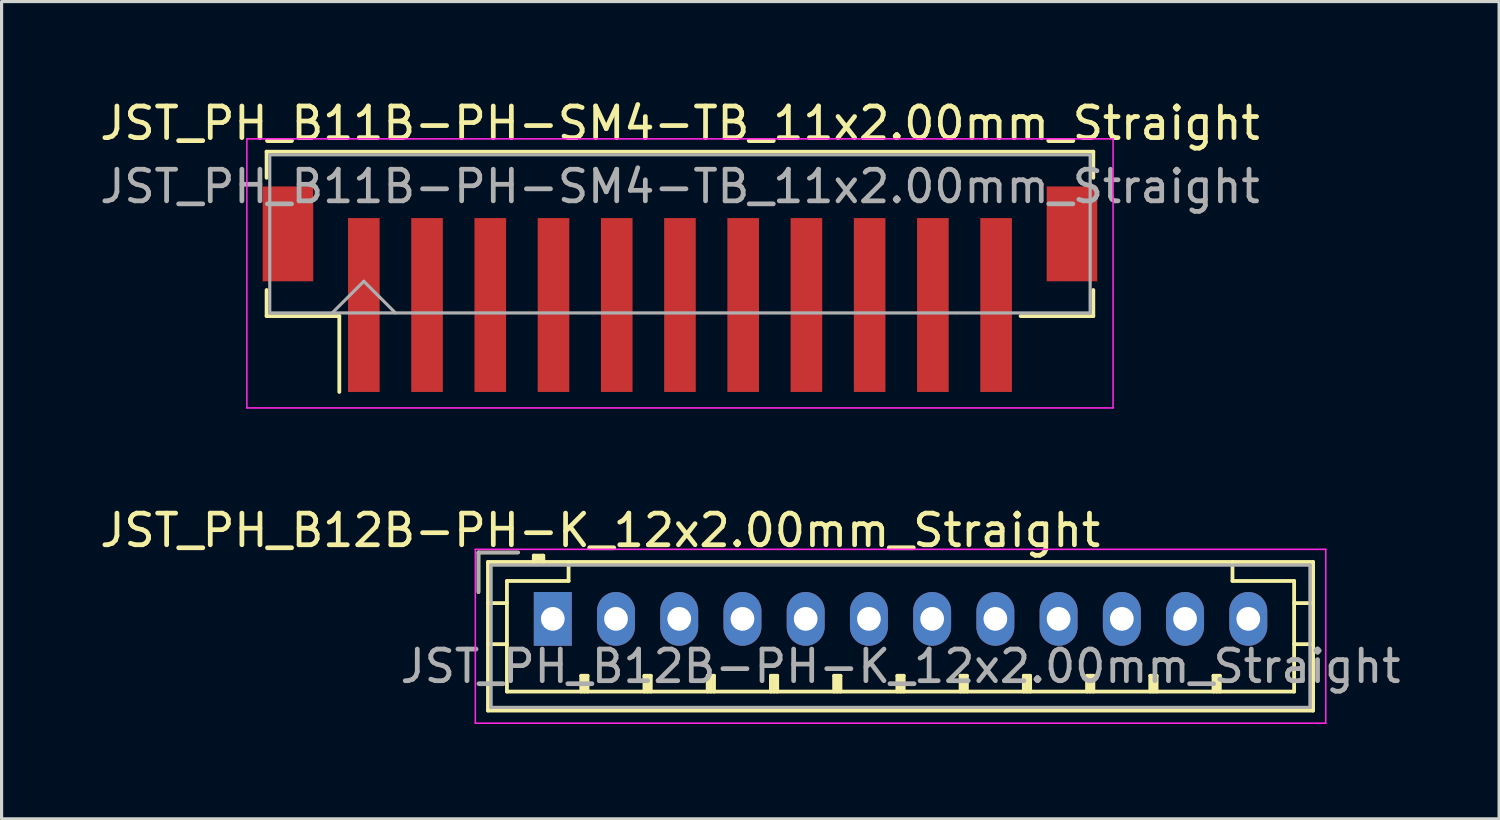
<source format=kicad_pcb>
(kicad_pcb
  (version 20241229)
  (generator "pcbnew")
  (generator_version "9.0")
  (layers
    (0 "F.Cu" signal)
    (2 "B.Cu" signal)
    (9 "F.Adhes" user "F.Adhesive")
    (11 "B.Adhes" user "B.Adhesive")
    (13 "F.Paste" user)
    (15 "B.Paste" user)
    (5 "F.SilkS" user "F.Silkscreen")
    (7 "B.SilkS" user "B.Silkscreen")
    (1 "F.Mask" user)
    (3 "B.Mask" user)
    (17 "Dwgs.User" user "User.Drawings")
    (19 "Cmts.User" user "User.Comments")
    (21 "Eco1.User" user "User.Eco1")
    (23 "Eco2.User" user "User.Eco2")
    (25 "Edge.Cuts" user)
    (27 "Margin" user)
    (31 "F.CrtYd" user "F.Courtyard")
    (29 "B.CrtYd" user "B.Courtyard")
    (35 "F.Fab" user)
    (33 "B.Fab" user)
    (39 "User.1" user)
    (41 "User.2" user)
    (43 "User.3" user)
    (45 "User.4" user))
  (footprint "JST_PH_B12B-PH-K_12x2.00mm_Straight"
    (layer "F.Cu")
    (at 14.435 16.526)
    (property "Reference" "JST_PH_B12B-PH-K_12x2.00mm_Straight" (at 1.5 -2.8 0) (layer "F.SilkS") (effects (font (size 1 1) (thickness 0.15))))
    (attr through_hole)
    (fp_line (start -2.35 -2.1) (end -2.35 -0.85) (stroke (width 0.12) (type solid)) (layer "F.SilkS"))
    (fp_line (start -2.05 -1.8) (end -2.05 2.9) (stroke (width 0.12) (type solid)) (layer "F.SilkS"))
    (fp_line (start -2.05 -0.5) (end -1.45 -0.5) (stroke (width 0.12) (type solid)) (layer "F.SilkS"))
    (fp_line (start -2.05 0.8) (end -1.45 0.8) (stroke (width 0.12) (type solid)) (layer "F.SilkS"))
    (fp_line (start -2.05 2.9) (end 24.05 2.9) (stroke (width 0.12) (type solid)) (layer "F.SilkS"))
    (fp_line (start -1.45 -1.2) (end -1.45 2.3) (stroke (width 0.12) (type solid)) (layer "F.SilkS"))
    (fp_line (start -1.45 2.3) (end 23.45 2.3) (stroke (width 0.12) (type solid)) (layer "F.SilkS"))
    (fp_line (start -1.1 -2.1) (end -2.35 -2.1) (stroke (width 0.12) (type solid)) (layer "F.SilkS"))
    (fp_line (start -0.6 -2) (end -0.6 -1.8) (stroke (width 0.12) (type solid)) (layer "F.SilkS"))
    (fp_line (start -0.3 -2) (end -0.6 -2) (stroke (width 0.12) (type solid)) (layer "F.SilkS"))
    (fp_line (start -0.3 -1.9) (end -0.6 -1.9) (stroke (width 0.12) (type solid)) (layer "F.SilkS"))
    (fp_line (start -0.3 -1.8) (end -0.3 -2) (stroke (width 0.12) (type solid)) (layer "F.SilkS"))
    (fp_line (start 0.5 -1.8) (end 0.5 -1.2) (stroke (width 0.12) (type solid)) (layer "F.SilkS"))
    (fp_line (start 0.5 -1.2) (end -1.45 -1.2) (stroke (width 0.12) (type solid)) (layer "F.SilkS"))
    (fp_line (start 0.9 1.8) (end 1.1 1.8) (stroke (width 0.12) (type solid)) (layer "F.SilkS"))
    (fp_line (start 0.9 2.3) (end 0.9 1.8) (stroke (width 0.12) (type solid)) (layer "F.SilkS"))
    (fp_line (start 1 2.3) (end 1 1.8) (stroke (width 0.12) (type solid)) (layer "F.SilkS"))
    (fp_line (start 1.1 1.8) (end 1.1 2.3) (stroke (width 0.12) (type solid)) (layer "F.SilkS"))
    (fp_line (start 2.9 1.8) (end 3.1 1.8) (stroke (width 0.12) (type solid)) (layer "F.SilkS"))
    (fp_line (start 2.9 2.3) (end 2.9 1.8) (stroke (width 0.12) (type solid)) (layer "F.SilkS"))
    (fp_line (start 3 2.3) (end 3 1.8) (stroke (width 0.12) (type solid)) (layer "F.SilkS"))
    (fp_line (start 3.1 1.8) (end 3.1 2.3) (stroke (width 0.12) (type solid)) (layer "F.SilkS"))
    (fp_line (start 4.9 1.8) (end 5.1 1.8) (stroke (width 0.12) (type solid)) (layer "F.SilkS"))
    (fp_line (start 4.9 2.3) (end 4.9 1.8) (stroke (width 0.12) (type solid)) (layer "F.SilkS"))
    (fp_line (start 5 2.3) (end 5 1.8) (stroke (width 0.12) (type solid)) (layer "F.SilkS"))
    (fp_line (start 5.1 1.8) (end 5.1 2.3) (stroke (width 0.12) (type solid)) (layer "F.SilkS"))
    (fp_line (start 6.9 1.8) (end 7.1 1.8) (stroke (width 0.12) (type solid)) (layer "F.SilkS"))
    (fp_line (start 6.9 2.3) (end 6.9 1.8) (stroke (width 0.12) (type solid)) (layer "F.SilkS"))
    (fp_line (start 7 2.3) (end 7 1.8) (stroke (width 0.12) (type solid)) (layer "F.SilkS"))
    (fp_line (start 7.1 1.8) (end 7.1 2.3) (stroke (width 0.12) (type solid)) (layer "F.SilkS"))
    (fp_line (start 8.9 1.8) (end 9.1 1.8) (stroke (width 0.12) (type solid)) (layer "F.SilkS"))
    (fp_line (start 8.9 2.3) (end 8.9 1.8) (stroke (width 0.12) (type solid)) (layer "F.SilkS"))
    (fp_line (start 9 2.3) (end 9 1.8) (stroke (width 0.12) (type solid)) (layer "F.SilkS"))
    (fp_line (start 9.1 1.8) (end 9.1 2.3) (stroke (width 0.12) (type solid)) (layer "F.SilkS"))
    (fp_line (start 10.9 1.8) (end 11.1 1.8) (stroke (width 0.12) (type solid)) (layer "F.SilkS"))
    (fp_line (start 10.9 2.3) (end 10.9 1.8) (stroke (width 0.12) (type solid)) (layer "F.SilkS"))
    (fp_line (start 11 2.3) (end 11 1.8) (stroke (width 0.12) (type solid)) (layer "F.SilkS"))
    (fp_line (start 11.1 1.8) (end 11.1 2.3) (stroke (width 0.12) (type solid)) (layer "F.SilkS"))
    (fp_line (start 12.9 1.8) (end 13.1 1.8) (stroke (width 0.12) (type solid)) (layer "F.SilkS"))
    (fp_line (start 12.9 2.3) (end 12.9 1.8) (stroke (width 0.12) (type solid)) (layer "F.SilkS"))
    (fp_line (start 13 2.3) (end 13 1.8) (stroke (width 0.12) (type solid)) (layer "F.SilkS"))
    (fp_line (start 13.1 1.8) (end 13.1 2.3) (stroke (width 0.12) (type solid)) (layer "F.SilkS"))
    (fp_line (start 14.9 1.8) (end 15.1 1.8) (stroke (width 0.12) (type solid)) (layer "F.SilkS"))
    (fp_line (start 14.9 2.3) (end 14.9 1.8) (stroke (width 0.12) (type solid)) (layer "F.SilkS"))
    (fp_line (start 15 2.3) (end 15 1.8) (stroke (width 0.12) (type solid)) (layer "F.SilkS"))
    (fp_line (start 15.1 1.8) (end 15.1 2.3) (stroke (width 0.12) (type solid)) (layer "F.SilkS"))
    (fp_line (start 16.9 1.8) (end 17.1 1.8) (stroke (width 0.12) (type solid)) (layer "F.SilkS"))
    (fp_line (start 16.9 2.3) (end 16.9 1.8) (stroke (width 0.12) (type solid)) (layer "F.SilkS"))
    (fp_line (start 17 2.3) (end 17 1.8) (stroke (width 0.12) (type solid)) (layer "F.SilkS"))
    (fp_line (start 17.1 1.8) (end 17.1 2.3) (stroke (width 0.12) (type solid)) (layer "F.SilkS"))
    (fp_line (start 18.9 1.8) (end 19.1 1.8) (stroke (width 0.12) (type solid)) (layer "F.SilkS"))
    (fp_line (start 18.9 2.3) (end 18.9 1.8) (stroke (width 0.12) (type solid)) (layer "F.SilkS"))
    (fp_line (start 19 2.3) (end 19 1.8) (stroke (width 0.12) (type solid)) (layer "F.SilkS"))
    (fp_line (start 19.1 1.8) (end 19.1 2.3) (stroke (width 0.12) (type solid)) (layer "F.SilkS"))
    (fp_line (start 20.9 1.8) (end 21.1 1.8) (stroke (width 0.12) (type solid)) (layer "F.SilkS"))
    (fp_line (start 20.9 2.3) (end 20.9 1.8) (stroke (width 0.12) (type solid)) (layer "F.SilkS"))
    (fp_line (start 21 2.3) (end 21 1.8) (stroke (width 0.12) (type solid)) (layer "F.SilkS"))
    (fp_line (start 21.1 1.8) (end 21.1 2.3) (stroke (width 0.12) (type solid)) (layer "F.SilkS"))
    (fp_line (start 21.5 -1.2) (end 21.5 -1.8) (stroke (width 0.12) (type solid)) (layer "F.SilkS"))
    (fp_line (start 23.45 -1.2) (end 21.5 -1.2) (stroke (width 0.12) (type solid)) (layer "F.SilkS"))
    (fp_line (start 23.45 2.3) (end 23.45 -1.2) (stroke (width 0.12) (type solid)) (layer "F.SilkS"))
    (fp_line (start 24.05 -1.8) (end -2.05 -1.8) (stroke (width 0.12) (type solid)) (layer "F.SilkS"))
    (fp_line (start 24.05 -0.5) (end 23.45 -0.5) (stroke (width 0.12) (type solid)) (layer "F.SilkS"))
    (fp_line (start 24.05 0.8) (end 23.45 0.8) (stroke (width 0.12) (type solid)) (layer "F.SilkS"))
    (fp_line (start 24.05 2.9) (end 24.05 -1.8) (stroke (width 0.12) (type solid)) (layer "F.SilkS"))
    (fp_line (start -2.45 -2.2) (end -2.45 3.3) (stroke (width 0.05) (type solid)) (layer "F.CrtYd"))
    (fp_line (start -2.45 3.3) (end 24.45 3.3) (stroke (width 0.05) (type solid)) (layer "F.CrtYd"))
    (fp_line (start 24.45 -2.2) (end -2.45 -2.2) (stroke (width 0.05) (type solid)) (layer "F.CrtYd"))
    (fp_line (start 24.45 3.3) (end 24.45 -2.2) (stroke (width 0.05) (type solid)) (layer "F.CrtYd"))
    (fp_line (start -2.35 -2.1) (end -2.35 -0.85) (stroke (width 0.1) (type solid)) (layer "F.Fab"))
    (fp_line (start -1.95 -1.7) (end -1.95 2.8) (stroke (width 0.1) (type solid)) (layer "F.Fab"))
    (fp_line (start -1.95 2.8) (end 23.95 2.8) (stroke (width 0.1) (type solid)) (layer "F.Fab"))
    (fp_line (start -1.1 -2.1) (end -2.35 -2.1) (stroke (width 0.1) (type solid)) (layer "F.Fab"))
    (fp_line (start 23.95 -1.7) (end -1.95 -1.7) (stroke (width 0.1) (type solid)) (layer "F.Fab"))
    (fp_line (start 23.95 2.8) (end 23.95 -1.7) (stroke (width 0.1) (type solid)) (layer "F.Fab"))
    (fp_text user "${REFERENCE}" (at 11 1.5 0) (layer "F.Fab") (effects (font (size 1 1) (thickness 0.15))))
    (pad "1" thru_hole rect (at 0 0) (size 1.2 1.7) (drill 0.75) (layers "*.Cu" "*.Mask"))
    (pad "2" thru_hole oval (at 2 0) (size 1.2 1.7) (drill 0.75) (layers "*.Cu" "*.Mask"))
    (pad "3" thru_hole oval (at 4 0) (size 1.2 1.7) (drill 0.75) (layers "*.Cu" "*.Mask"))
    (pad "4" thru_hole oval (at 6 0) (size 1.2 1.7) (drill 0.75) (layers "*.Cu" "*.Mask"))
    (pad "5" thru_hole oval (at 8 0) (size 1.2 1.7) (drill 0.75) (layers "*.Cu" "*.Mask"))
    (pad "6" thru_hole oval (at 10 0) (size 1.2 1.7) (drill 0.75) (layers "*.Cu" "*.Mask"))
    (pad "7" thru_hole oval (at 12 0) (size 1.2 1.7) (drill 0.75) (layers "*.Cu" "*.Mask"))
    (pad "8" thru_hole oval (at 14 0) (size 1.2 1.7) (drill 0.75) (layers "*.Cu" "*.Mask"))
    (pad "9" thru_hole oval (at 16 0) (size 1.2 1.7) (drill 0.75) (layers "*.Cu" "*.Mask"))
    (pad "10" thru_hole oval (at 18 0) (size 1.2 1.7) (drill 0.75) (layers "*.Cu" "*.Mask"))
    (pad "11" thru_hole oval (at 20 0) (size 1.2 1.7) (drill 0.75) (layers "*.Cu" "*.Mask"))
    (pad "12" thru_hole oval (at 22 0) (size 1.2 1.7) (drill 0.75) (layers "*.Cu" "*.Mask")))
  (footprint "JST_PH_B11B-PH-SM4-TB_11x2.00mm_Straight"
    (layer "F.Cu")
    (at 18.458 5.473)
    (property "Reference" "JST_PH_B11B-PH-SM4-TB_11x2.00mm_Straight" (at 0 -4.625 0) (layer "F.SilkS") (effects (font (size 1 1) (thickness 0.15))))
    (attr smd)
    (fp_line (start -13.075 -3.725) (end 13.075 -3.725) (stroke (width 0.12) (type solid)) (layer "F.SilkS"))
    (fp_line (start -13.075 -2.9) (end -13.075 -3.725) (stroke (width 0.12) (type solid)) (layer "F.SilkS"))
    (fp_line (start -13.075 0.65) (end -13.075 1.475) (stroke (width 0.12) (type solid)) (layer "F.SilkS"))
    (fp_line (start -13.075 1.475) (end -10.775 1.475) (stroke (width 0.12) (type solid)) (layer "F.SilkS"))
    (fp_line (start -10.775 1.475) (end -10.775 3.875) (stroke (width 0.12) (type solid)) (layer "F.SilkS"))
    (fp_line (start 13.075 -3.725) (end 13.075 -2.9) (stroke (width 0.12) (type solid)) (layer "F.SilkS"))
    (fp_line (start 13.075 0.65) (end 13.075 1.475) (stroke (width 0.12) (type solid)) (layer "F.SilkS"))
    (fp_line (start 13.075 1.475) (end 10.775 1.475) (stroke (width 0.12) (type solid)) (layer "F.SilkS"))
    (fp_line (start -13.7 -4.13) (end -13.7 4.38) (stroke (width 0.05) (type solid)) (layer "F.CrtYd"))
    (fp_line (start -13.7 4.38) (end 13.7 4.38) (stroke (width 0.05) (type solid)) (layer "F.CrtYd"))
    (fp_line (start 13.7 -4.13) (end -13.7 -4.13) (stroke (width 0.05) (type solid)) (layer "F.CrtYd"))
    (fp_line (start 13.7 4.38) (end 13.7 -4.13) (stroke (width 0.05) (type solid)) (layer "F.CrtYd"))
    (fp_line (start -12.975 -3.625) (end -12.975 1.375) (stroke (width 0.1) (type solid)) (layer "F.Fab"))
    (fp_line (start -12.975 1.375) (end 12.975 1.375) (stroke (width 0.1) (type solid)) (layer "F.Fab"))
    (fp_line (start -11 1.375) (end -10 0.375) (stroke (width 0.1) (type solid)) (layer "F.Fab"))
    (fp_line (start -10 0.375) (end -9 1.375) (stroke (width 0.1) (type solid)) (layer "F.Fab"))
    (fp_line (start 12.975 -3.625) (end -12.975 -3.625) (stroke (width 0.1) (type solid)) (layer "F.Fab"))
    (fp_line (start 12.975 1.375) (end 12.975 -3.625) (stroke (width 0.1) (type solid)) (layer "F.Fab"))
    (fp_text user "${REFERENCE}" (at 0 -2.625 0) (layer "F.Fab") (effects (font (size 1 1) (thickness 0.15))))
    (pad "" smd rect (at -12.4 -1.125) (size 1.6 3) (layers "F.Cu" "F.Mask" "F.Paste"))
    (pad "" smd rect (at 12.4 -1.125) (size 1.6 3) (layers "F.Cu" "F.Mask" "F.Paste"))
    (pad "1" smd rect (at -10 1.125) (size 1 5.5) (layers "F.Cu" "F.Mask" "F.Paste"))
    (pad "2" smd rect (at -8 1.125) (size 1 5.5) (layers "F.Cu" "F.Mask" "F.Paste"))
    (pad "3" smd rect (at -6 1.125) (size 1 5.5) (layers "F.Cu" "F.Mask" "F.Paste"))
    (pad "4" smd rect (at -4 1.125) (size 1 5.5) (layers "F.Cu" "F.Mask" "F.Paste"))
    (pad "5" smd rect (at -2 1.125) (size 1 5.5) (layers "F.Cu" "F.Mask" "F.Paste"))
    (pad "6" smd rect (at 0 1.125) (size 1 5.5) (layers "F.Cu" "F.Mask" "F.Paste"))
    (pad "7" smd rect (at 2 1.125) (size 1 5.5) (layers "F.Cu" "F.Mask" "F.Paste"))
    (pad "8" smd rect (at 4 1.125) (size 1 5.5) (layers "F.Cu" "F.Mask" "F.Paste"))
    (pad "9" smd rect (at 6 1.125) (size 1 5.5) (layers "F.Cu" "F.Mask" "F.Paste"))
    (pad "10" smd rect (at 8 1.125) (size 1 5.5) (layers "F.Cu" "F.Mask" "F.Paste"))
    (pad "11" smd rect (at 10 1.125) (size 1 5.5) (layers "F.Cu" "F.Mask" "F.Paste")))
  (gr_rect
    (start -3 -3)
    (end 44.369 22.852)
    (stroke (width 0.1) (type default))
    (fill no)
    (layer "Edge.Cuts")))
</source>
